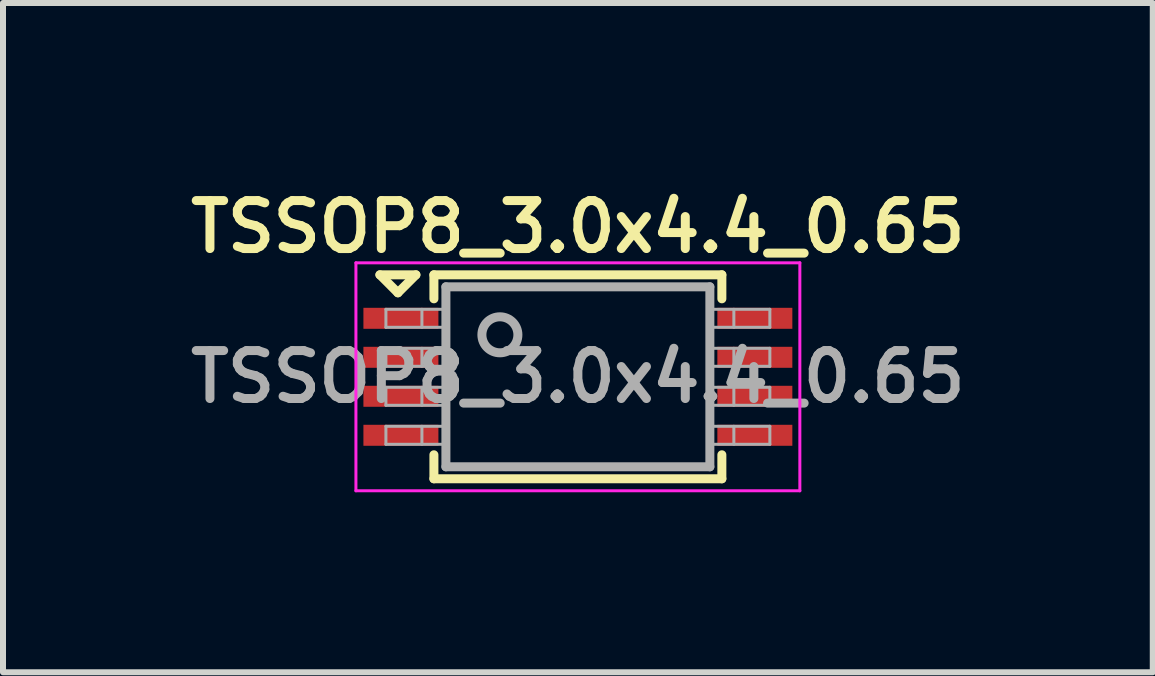
<source format=kicad_pcb>
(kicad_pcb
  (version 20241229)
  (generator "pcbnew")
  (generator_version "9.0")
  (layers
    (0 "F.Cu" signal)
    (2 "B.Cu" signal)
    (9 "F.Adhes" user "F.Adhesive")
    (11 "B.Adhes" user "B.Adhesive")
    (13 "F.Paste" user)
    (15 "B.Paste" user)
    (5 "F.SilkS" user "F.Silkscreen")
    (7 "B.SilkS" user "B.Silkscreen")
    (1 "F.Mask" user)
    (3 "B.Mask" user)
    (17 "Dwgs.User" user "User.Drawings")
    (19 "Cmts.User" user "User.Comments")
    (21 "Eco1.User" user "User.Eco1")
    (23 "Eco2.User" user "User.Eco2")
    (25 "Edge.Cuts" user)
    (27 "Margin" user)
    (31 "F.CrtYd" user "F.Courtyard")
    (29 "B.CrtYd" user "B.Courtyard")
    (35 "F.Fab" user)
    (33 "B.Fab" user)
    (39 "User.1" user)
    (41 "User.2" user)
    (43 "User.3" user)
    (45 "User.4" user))
  (footprint "TSSOP8_3.0x4.4_0.65"
    (layer "F.Cu")
    (at 6.583 3.231)
    (property "Reference" "TSSOP8_3.0x4.4_0.65" (at 0 -2.5 0) (layer "F.SilkS") (effects (font (size 0.8 0.8) (thickness 0.15))))
    (attr through_hole)
    (fp_line (start -3.3 -1.7) (end -2.7 -1.7) (stroke (width 0.15) (type solid)) (layer "F.SilkS"))
    (fp_line (start -3 -1.4) (end -3.3 -1.7) (stroke (width 0.15) (type solid)) (layer "F.SilkS"))
    (fp_line (start -2.7 -1.7) (end -3 -1.4) (stroke (width 0.15) (type solid)) (layer "F.SilkS"))
    (fp_line (start -2.4 -1.7) (end 2.4 -1.7) (stroke (width 0.15) (type solid)) (layer "F.SilkS"))
    (fp_line (start -2.4 -1.3) (end -2.4 -1.7) (stroke (width 0.15) (type solid)) (layer "F.SilkS"))
    (fp_line (start -2.4 1.3) (end -2.4 1.7) (stroke (width 0.15) (type solid)) (layer "F.SilkS"))
    (fp_line (start -2.4 1.7) (end 2.4 1.7) (stroke (width 0.15) (type solid)) (layer "F.SilkS"))
    (fp_line (start 2.4 -1.7) (end 2.4 -1.3) (stroke (width 0.15) (type solid)) (layer "F.SilkS"))
    (fp_line (start 2.4 1.7) (end 2.4 1.3) (stroke (width 0.15) (type solid)) (layer "F.SilkS"))
    (fp_line (start -3.7 -1.9) (end -3.7 1.9) (stroke (width 0.05) (type solid)) (layer "F.CrtYd"))
    (fp_line (start -3.7 1.9) (end 3.7 1.9) (stroke (width 0.05) (type solid)) (layer "F.CrtYd"))
    (fp_line (start 3.7 -1.9) (end -3.7 -1.9) (stroke (width 0.05) (type solid)) (layer "F.CrtYd"))
    (fp_line (start 3.7 1.9) (end 3.7 -1.9) (stroke (width 0.05) (type solid)) (layer "F.CrtYd"))
    (fp_line (start -3.2 -1.125) (end -2.2 -1.125) (stroke (width 0.05) (type solid)) (layer "F.Fab"))
    (fp_line (start -3.2 -0.825) (end -3.2 -1.125) (stroke (width 0.05) (type solid)) (layer "F.Fab"))
    (fp_line (start -3.2 -0.475) (end -2.2 -0.475) (stroke (width 0.05) (type solid)) (layer "F.Fab"))
    (fp_line (start -3.2 -0.175) (end -3.2 -0.475) (stroke (width 0.05) (type solid)) (layer "F.Fab"))
    (fp_line (start -3.2 0.175) (end -2.2 0.175) (stroke (width 0.05) (type solid)) (layer "F.Fab"))
    (fp_line (start -3.2 0.475) (end -3.2 0.175) (stroke (width 0.05) (type solid)) (layer "F.Fab"))
    (fp_line (start -3.2 0.825) (end -2.2 0.825) (stroke (width 0.05) (type solid)) (layer "F.Fab"))
    (fp_line (start -3.2 1.125) (end -3.2 0.825) (stroke (width 0.05) (type solid)) (layer "F.Fab"))
    (fp_line (start -2.6 -1.125) (end -2.6 -0.825) (stroke (width 0.05) (type solid)) (layer "F.Fab"))
    (fp_line (start -2.6 -0.475) (end -2.6 -0.175) (stroke (width 0.05) (type solid)) (layer "F.Fab"))
    (fp_line (start -2.6 0.175) (end -2.6 0.475) (stroke (width 0.05) (type solid)) (layer "F.Fab"))
    (fp_line (start -2.6 0.825) (end -2.6 1.125) (stroke (width 0.05) (type solid)) (layer "F.Fab"))
    (fp_line (start -2.2 -1.5) (end -2.2 1.5) (stroke (width 0.15) (type solid)) (layer "F.Fab"))
    (fp_line (start -2.2 -0.825) (end -3.2 -0.825) (stroke (width 0.05) (type solid)) (layer "F.Fab"))
    (fp_line (start -2.2 -0.175) (end -3.2 -0.175) (stroke (width 0.05) (type solid)) (layer "F.Fab"))
    (fp_line (start -2.2 0.475) (end -3.2 0.475) (stroke (width 0.05) (type solid)) (layer "F.Fab"))
    (fp_line (start -2.2 1.125) (end -3.2 1.125) (stroke (width 0.05) (type solid)) (layer "F.Fab"))
    (fp_line (start -2.2 1.5) (end 2.2 1.5) (stroke (width 0.15) (type solid)) (layer "F.Fab"))
    (fp_line (start 2.2 -1.5) (end -2.2 -1.5) (stroke (width 0.15) (type solid)) (layer "F.Fab"))
    (fp_line (start 2.2 -0.825) (end 3.2 -0.825) (stroke (width 0.05) (type solid)) (layer "F.Fab"))
    (fp_line (start 2.2 -0.175) (end 3.2 -0.175) (stroke (width 0.05) (type solid)) (layer "F.Fab"))
    (fp_line (start 2.2 0.475) (end 3.2 0.475) (stroke (width 0.05) (type solid)) (layer "F.Fab"))
    (fp_line (start 2.2 1.125) (end 3.2 1.125) (stroke (width 0.05) (type solid)) (layer "F.Fab"))
    (fp_line (start 2.2 1.5) (end 2.2 -1.5) (stroke (width 0.15) (type solid)) (layer "F.Fab"))
    (fp_line (start 2.6 -1.125) (end 2.6 -0.825) (stroke (width 0.05) (type solid)) (layer "F.Fab"))
    (fp_line (start 2.6 -0.475) (end 2.6 -0.175) (stroke (width 0.05) (type solid)) (layer "F.Fab"))
    (fp_line (start 2.6 0.175) (end 2.6 0.475) (stroke (width 0.05) (type solid)) (layer "F.Fab"))
    (fp_line (start 2.6 0.825) (end 2.6 1.125) (stroke (width 0.05) (type solid)) (layer "F.Fab"))
    (fp_line (start 3.2 -1.125) (end 2.2 -1.125) (stroke (width 0.05) (type solid)) (layer "F.Fab"))
    (fp_line (start 3.2 -0.825) (end 3.2 -1.125) (stroke (width 0.05) (type solid)) (layer "F.Fab"))
    (fp_line (start 3.2 -0.475) (end 2.2 -0.475) (stroke (width 0.05) (type solid)) (layer "F.Fab"))
    (fp_line (start 3.2 -0.175) (end 3.2 -0.475) (stroke (width 0.05) (type solid)) (layer "F.Fab"))
    (fp_line (start 3.2 0.175) (end 2.2 0.175) (stroke (width 0.05) (type solid)) (layer "F.Fab"))
    (fp_line (start 3.2 0.475) (end 3.2 0.175) (stroke (width 0.05) (type solid)) (layer "F.Fab"))
    (fp_line (start 3.2 0.825) (end 2.2 0.825) (stroke (width 0.05) (type solid)) (layer "F.Fab"))
    (fp_line (start 3.2 1.125) (end 3.2 0.825) (stroke (width 0.05) (type solid)) (layer "F.Fab"))
    (fp_circle (center -1.3 -0.7) (end -1 -0.7) (stroke (width 0.15) (type solid)) (fill no) (layer "F.Fab"))
    (fp_text user "${REFERENCE}" (at 0 0 0) (layer "F.Fab") (effects (font (size 0.8 0.8) (thickness 0.15))))
    (pad "1" smd rect (at -2.95 -0.975) (size 1.25 0.35) (layers "F.Cu" "F.Mask" "F.Paste"))
    (pad "2" smd rect (at -2.95 -0.325) (size 1.25 0.35) (layers "F.Cu" "F.Mask" "F.Paste"))
    (pad "3" smd rect (at -2.95 0.325) (size 1.25 0.35) (layers "F.Cu" "F.Mask" "F.Paste"))
    (pad "4" smd rect (at -2.95 0.975) (size 1.25 0.35) (layers "F.Cu" "F.Mask" "F.Paste"))
    (pad "5" smd rect (at 2.95 0.975) (size 1.25 0.35) (layers "F.Cu" "F.Mask" "F.Paste"))
    (pad "6" smd rect (at 2.95 0.325) (size 1.25 0.35) (layers "F.Cu" "F.Mask" "F.Paste"))
    (pad "7" smd rect (at 2.95 -0.325) (size 1.25 0.35) (layers "F.Cu" "F.Mask" "F.Paste"))
    (pad "8" smd rect (at 2.95 -0.975) (size 1.25 0.35) (layers "F.Cu" "F.Mask" "F.Paste")))
  (gr_rect
    (start -3 -3)
    (end 16.166 8.156)
    (stroke (width 0.1) (type default))
    (fill no)
    (layer "Edge.Cuts")))
</source>
